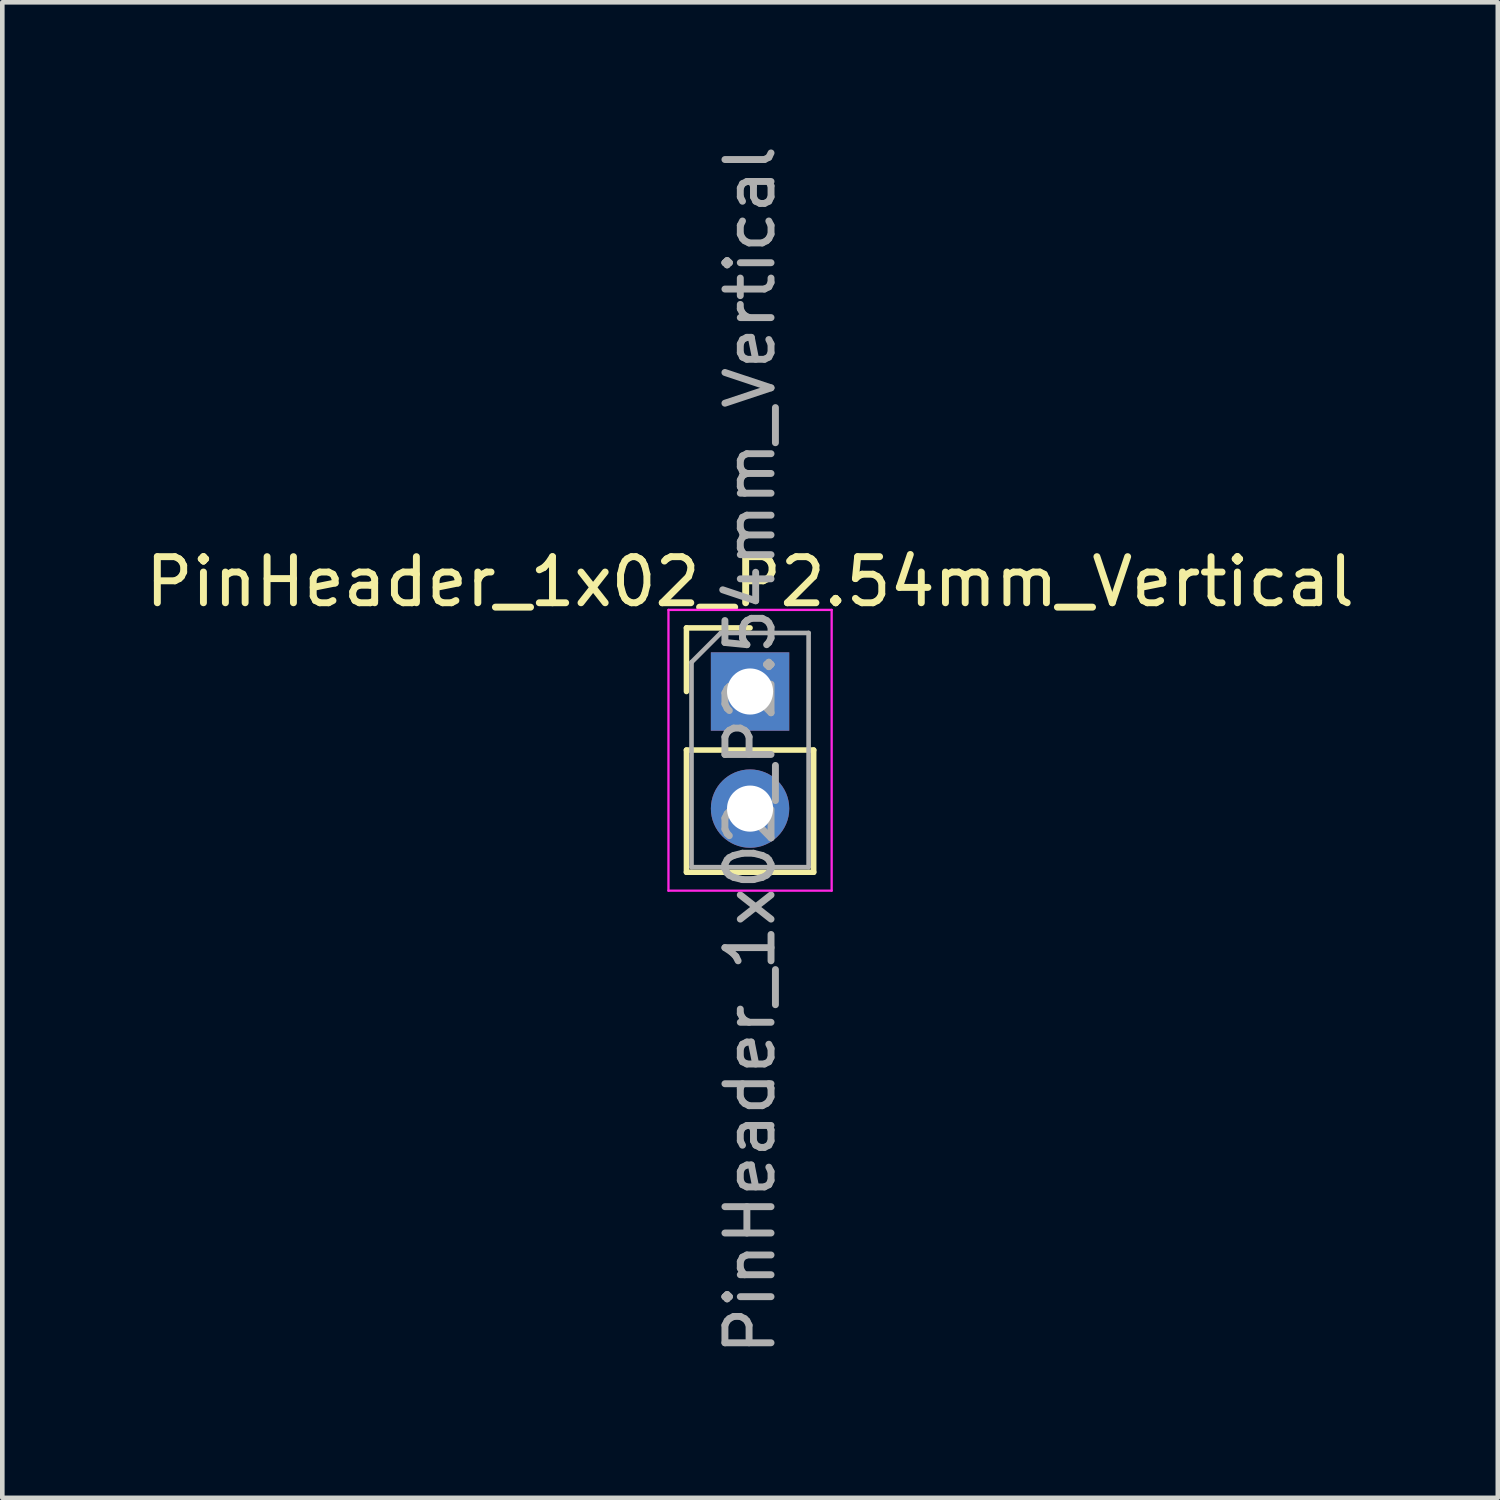
<source format=kicad_pcb>
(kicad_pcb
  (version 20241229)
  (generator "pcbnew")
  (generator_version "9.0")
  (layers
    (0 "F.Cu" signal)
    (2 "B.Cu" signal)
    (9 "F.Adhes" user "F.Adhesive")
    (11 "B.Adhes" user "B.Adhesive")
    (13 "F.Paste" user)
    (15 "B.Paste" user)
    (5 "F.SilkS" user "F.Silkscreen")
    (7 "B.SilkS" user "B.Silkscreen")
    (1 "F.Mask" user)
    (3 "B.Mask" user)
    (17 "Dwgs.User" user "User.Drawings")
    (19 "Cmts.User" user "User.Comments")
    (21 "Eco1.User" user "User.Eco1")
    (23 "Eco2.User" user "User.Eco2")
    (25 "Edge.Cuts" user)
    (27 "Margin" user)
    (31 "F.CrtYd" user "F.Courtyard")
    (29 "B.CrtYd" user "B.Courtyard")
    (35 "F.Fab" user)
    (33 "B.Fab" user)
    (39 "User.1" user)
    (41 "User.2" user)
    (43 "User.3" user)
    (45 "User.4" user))
  (footprint "PinHeader_1x02_P2.54mm_Vertical"
    (layer "F.Cu")
    (at 13.22 11.95)
    (property "Reference" "PinHeader_1x02_P2.54mm_Vertical" (at 0 -2.38 0) (layer "F.SilkS") (effects (font (size 1 1) (thickness 0.15))))
    (attr through_hole)
    (fp_line (start -1.38 -1.38) (end 0 -1.38) (stroke (width 0.12) (type solid)) (layer "F.SilkS"))
    (fp_line (start -1.38 0) (end -1.38 -1.38) (stroke (width 0.12) (type solid)) (layer "F.SilkS"))
    (fp_line (start -1.38 1.27) (end -1.38 3.92) (stroke (width 0.12) (type solid)) (layer "F.SilkS"))
    (fp_line (start -1.38 1.27) (end 1.38 1.27) (stroke (width 0.12) (type solid)) (layer "F.SilkS"))
    (fp_line (start -1.38 3.92) (end 1.38 3.92) (stroke (width 0.12) (type solid)) (layer "F.SilkS"))
    (fp_line (start 1.38 1.27) (end 1.38 3.92) (stroke (width 0.12) (type solid)) (layer "F.SilkS"))
    (fp_line (start -1.77 -1.77) (end -1.77 4.32) (stroke (width 0.05) (type solid)) (layer "F.CrtYd"))
    (fp_line (start -1.77 4.32) (end 1.77 4.32) (stroke (width 0.05) (type solid)) (layer "F.CrtYd"))
    (fp_line (start 1.77 -1.77) (end -1.77 -1.77) (stroke (width 0.05) (type solid)) (layer "F.CrtYd"))
    (fp_line (start 1.77 4.32) (end 1.77 -1.77) (stroke (width 0.05) (type solid)) (layer "F.CrtYd"))
    (fp_line (start -1.27 -0.635) (end -0.635 -1.27) (stroke (width 0.1) (type solid)) (layer "F.Fab"))
    (fp_line (start -1.27 3.81) (end -1.27 -0.635) (stroke (width 0.1) (type solid)) (layer "F.Fab"))
    (fp_line (start -0.635 -1.27) (end 1.27 -1.27) (stroke (width 0.1) (type solid)) (layer "F.Fab"))
    (fp_line (start 1.27 -1.27) (end 1.27 3.81) (stroke (width 0.1) (type solid)) (layer "F.Fab"))
    (fp_line (start 1.27 3.81) (end -1.27 3.81) (stroke (width 0.1) (type solid)) (layer "F.Fab"))
    (fp_text user "${REFERENCE}" (at 0 1.27 90) (layer "F.Fab") (effects (font (size 1 1) (thickness 0.15))))
    (pad "1" thru_hole rect (at 0 0) (size 1.7 1.7) (drill 1) (layers "*.Cu" "*.Mask"))
    (pad "2" thru_hole circle (at 0 2.54) (size 1.7 1.7) (drill 1) (layers "*.Cu" "*.Mask")))
  (gr_rect
    (start -3 -3)
    (end 29.44 29.44)
    (stroke (width 0.1) (type default))
    (fill no)
    (layer "Edge.Cuts")))
</source>
